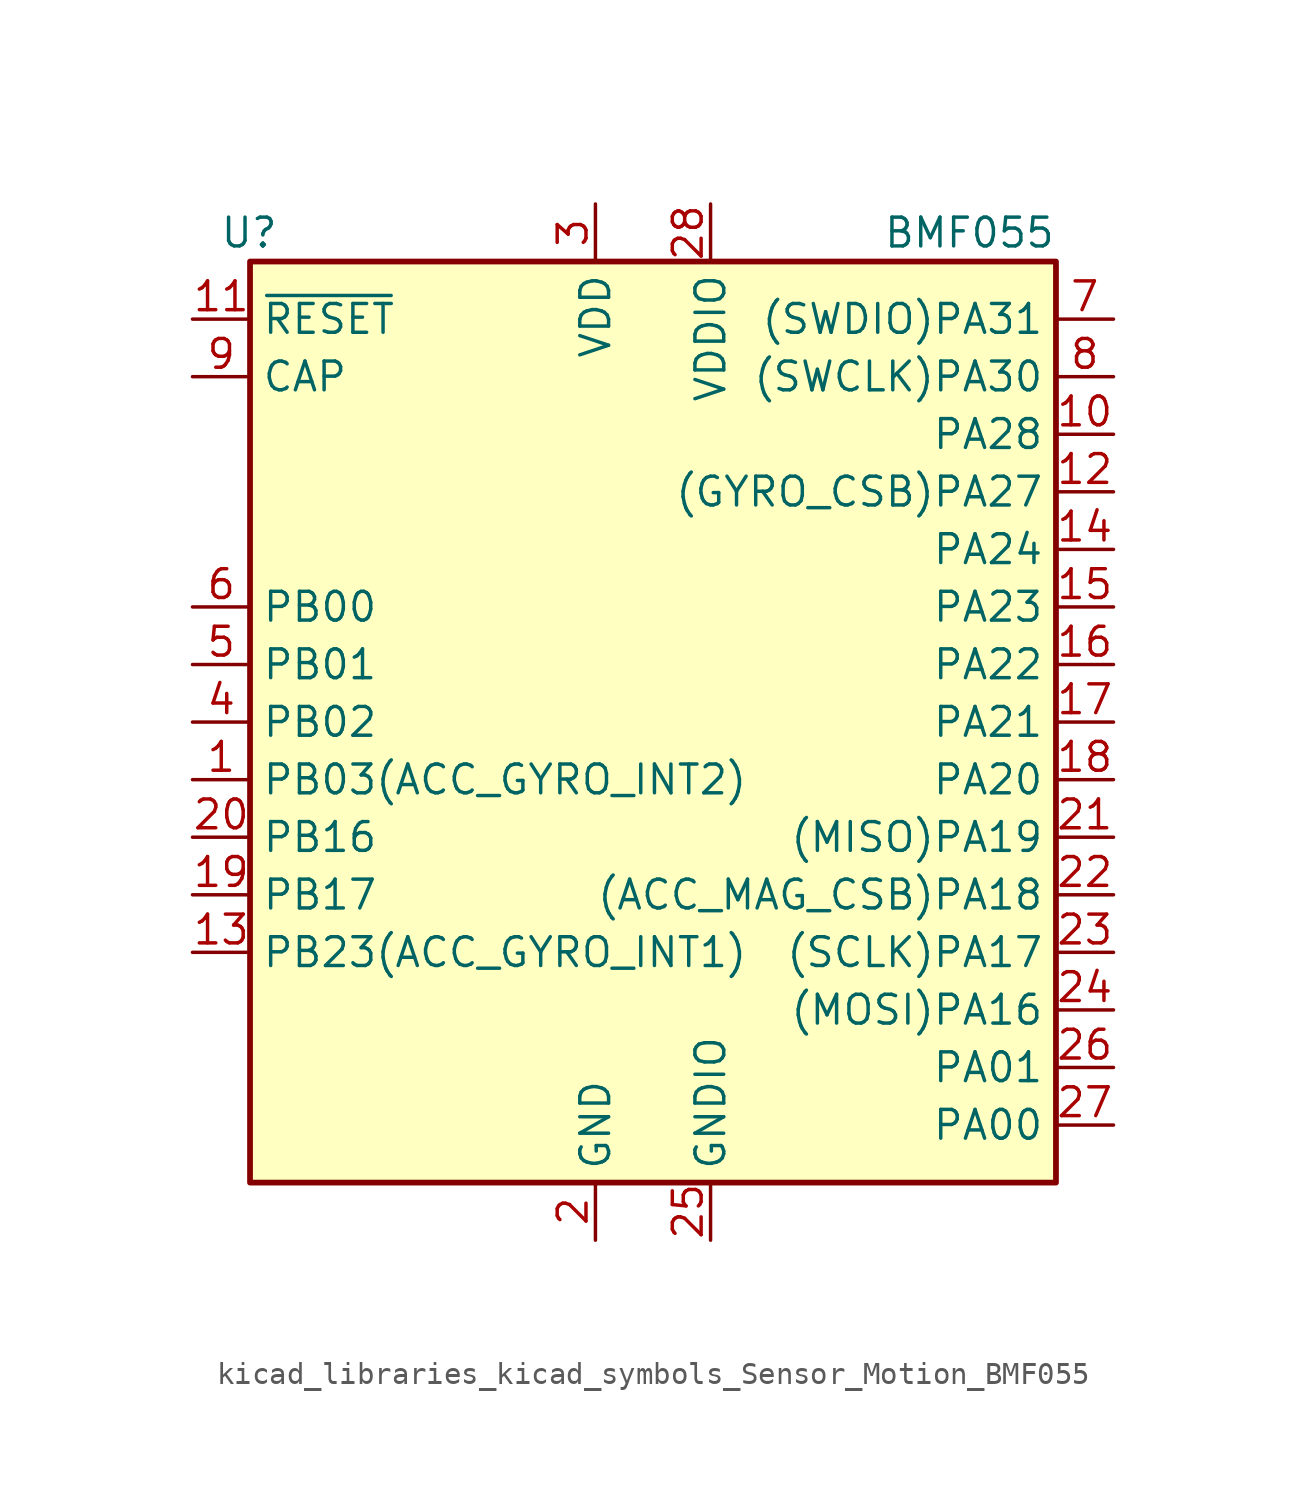
<source format=kicad_sym>
(kicad_symbol_lib
  (version 20220914)
  (generator kicad_symbol_editor)
  (symbol "kicad_libraries_kicad_symbols_Sensor_Motion_BMF055"
    (property "Reference" "U"
      (at -16.51 21.59 0)
      (effects (font (size 1.27 1.27)) (justify right)))
    (property "Value" "BMF055"
      (at 17.78 21.59 0)
      (effects (font (size 1.27 1.27)) (justify right)))
    (symbol "kicad_libraries_kicad_symbols_Sensor_Motion_BMF055_0_1"
      (rectangle (start -17.78 20.32) (end 17.78 -20.32) (stroke (width 0.254) (type default)) (fill (type background))))
    (symbol "kicad_libraries_kicad_symbols_Sensor_Motion_BMF055_1_1"
      (pin bidirectional line (at -20.32 -2.54 0) (length 2.54) (name "PB03(ACC_GYRO_INT2)" (effects (font (size 1.27 1.27)))) (number "1" (effects (font (size 1.27 1.27)))))
      (pin bidirectional line (at 20.32 12.7 180) (length 2.54) (name "PA28" (effects (font (size 1.27 1.27)))) (number "10" (effects (font (size 1.27 1.27)))))
      (pin input line (at -20.32 17.78 0) (length 2.54) (name "~{RESET}" (effects (font (size 1.27 1.27)))) (number "11" (effects (font (size 1.27 1.27)))))
      (pin bidirectional line (at 20.32 10.16 180) (length 2.54) (name "(GYRO_CSB)PA27" (effects (font (size 1.27 1.27)))) (number "12" (effects (font (size 1.27 1.27)))))
      (pin bidirectional line (at -20.32 -10.16 0) (length 2.54) (name "PB23(ACC_GYRO_INT1)" (effects (font (size 1.27 1.27)))) (number "13" (effects (font (size 1.27 1.27)))))
      (pin input line (at 20.32 7.62 180) (length 2.54) (name "PA24" (effects (font (size 1.27 1.27)))) (number "14" (effects (font (size 1.27 1.27)))))
      (pin bidirectional line (at 20.32 5.08 180) (length 2.54) (name "PA23" (effects (font (size 1.27 1.27)))) (number "15" (effects (font (size 1.27 1.27)))))
      (pin bidirectional line (at 20.32 2.54 180) (length 2.54) (name "PA22" (effects (font (size 1.27 1.27)))) (number "16" (effects (font (size 1.27 1.27)))))
      (pin bidirectional line (at 20.32 0 180) (length 2.54) (name "PA21" (effects (font (size 1.27 1.27)))) (number "17" (effects (font (size 1.27 1.27)))))
      (pin bidirectional line (at 20.32 -2.54 180) (length 2.54) (name "PA20" (effects (font (size 1.27 1.27)))) (number "18" (effects (font (size 1.27 1.27)))))
      (pin bidirectional line (at -20.32 -7.62 0) (length 2.54) (name "PB17" (effects (font (size 1.27 1.27)))) (number "19" (effects (font (size 1.27 1.27)))))
      (pin power_in line (at -2.54 -22.86 90) (length 2.54) (name "GND" (effects (font (size 1.27 1.27)))) (number "2" (effects (font (size 1.27 1.27)))))
      (pin bidirectional line (at -20.32 -5.08 0) (length 2.54) (name "PB16" (effects (font (size 1.27 1.27)))) (number "20" (effects (font (size 1.27 1.27)))))
      (pin bidirectional line (at 20.32 -5.08 180) (length 2.54) (name "(MISO)PA19" (effects (font (size 1.27 1.27)))) (number "21" (effects (font (size 1.27 1.27)))))
      (pin bidirectional line (at 20.32 -7.62 180) (length 2.54) (name "(ACC_MAG_CSB)PA18" (effects (font (size 1.27 1.27)))) (number "22" (effects (font (size 1.27 1.27)))))
      (pin bidirectional line (at 20.32 -10.16 180) (length 2.54) (name "(SCLK)PA17" (effects (font (size 1.27 1.27)))) (number "23" (effects (font (size 1.27 1.27)))))
      (pin bidirectional line (at 20.32 -12.7 180) (length 2.54) (name "(MOSI)PA16" (effects (font (size 1.27 1.27)))) (number "24" (effects (font (size 1.27 1.27)))))
      (pin power_in line (at 2.54 -22.86 90) (length 2.54) (name "GNDIO" (effects (font (size 1.27 1.27)))) (number "25" (effects (font (size 1.27 1.27)))))
      (pin bidirectional line (at 20.32 -15.24 180) (length 2.54) (name "PA01" (effects (font (size 1.27 1.27)))) (number "26" (effects (font (size 1.27 1.27)))))
      (pin bidirectional line (at 20.32 -17.78 180) (length 2.54) (name "PA00" (effects (font (size 1.27 1.27)))) (number "27" (effects (font (size 1.27 1.27)))))
      (pin power_in line (at 2.54 22.86 270) (length 2.54) (name "VDDIO" (effects (font (size 1.27 1.27)))) (number "28" (effects (font (size 1.27 1.27)))))
      (pin power_in line (at -2.54 22.86 270) (length 2.54) (name "VDD" (effects (font (size 1.27 1.27)))) (number "3" (effects (font (size 1.27 1.27)))))
      (pin bidirectional line (at -20.32 0 0) (length 2.54) (name "PB02" (effects (font (size 1.27 1.27)))) (number "4" (effects (font (size 1.27 1.27)))))
      (pin bidirectional line (at -20.32 2.54 0) (length 2.54) (name "PB01" (effects (font (size 1.27 1.27)))) (number "5" (effects (font (size 1.27 1.27)))))
      (pin bidirectional line (at -20.32 5.08 0) (length 2.54) (name "PB00" (effects (font (size 1.27 1.27)))) (number "6" (effects (font (size 1.27 1.27)))))
      (pin bidirectional line (at 20.32 17.78 180) (length 2.54) (name "(SWDIO)PA31" (effects (font (size 1.27 1.27)))) (number "7" (effects (font (size 1.27 1.27)))))
      (pin bidirectional line (at 20.32 15.24 180) (length 2.54) (name "(SWCLK)PA30" (effects (font (size 1.27 1.27)))) (number "8" (effects (font (size 1.27 1.27)))))
      (pin bidirectional line (at -20.32 15.24 0) (length 2.54) (name "CAP" (effects (font (size 1.27 1.27)))) (number "9" (effects (font (size 1.27 1.27))))))))
</source>
